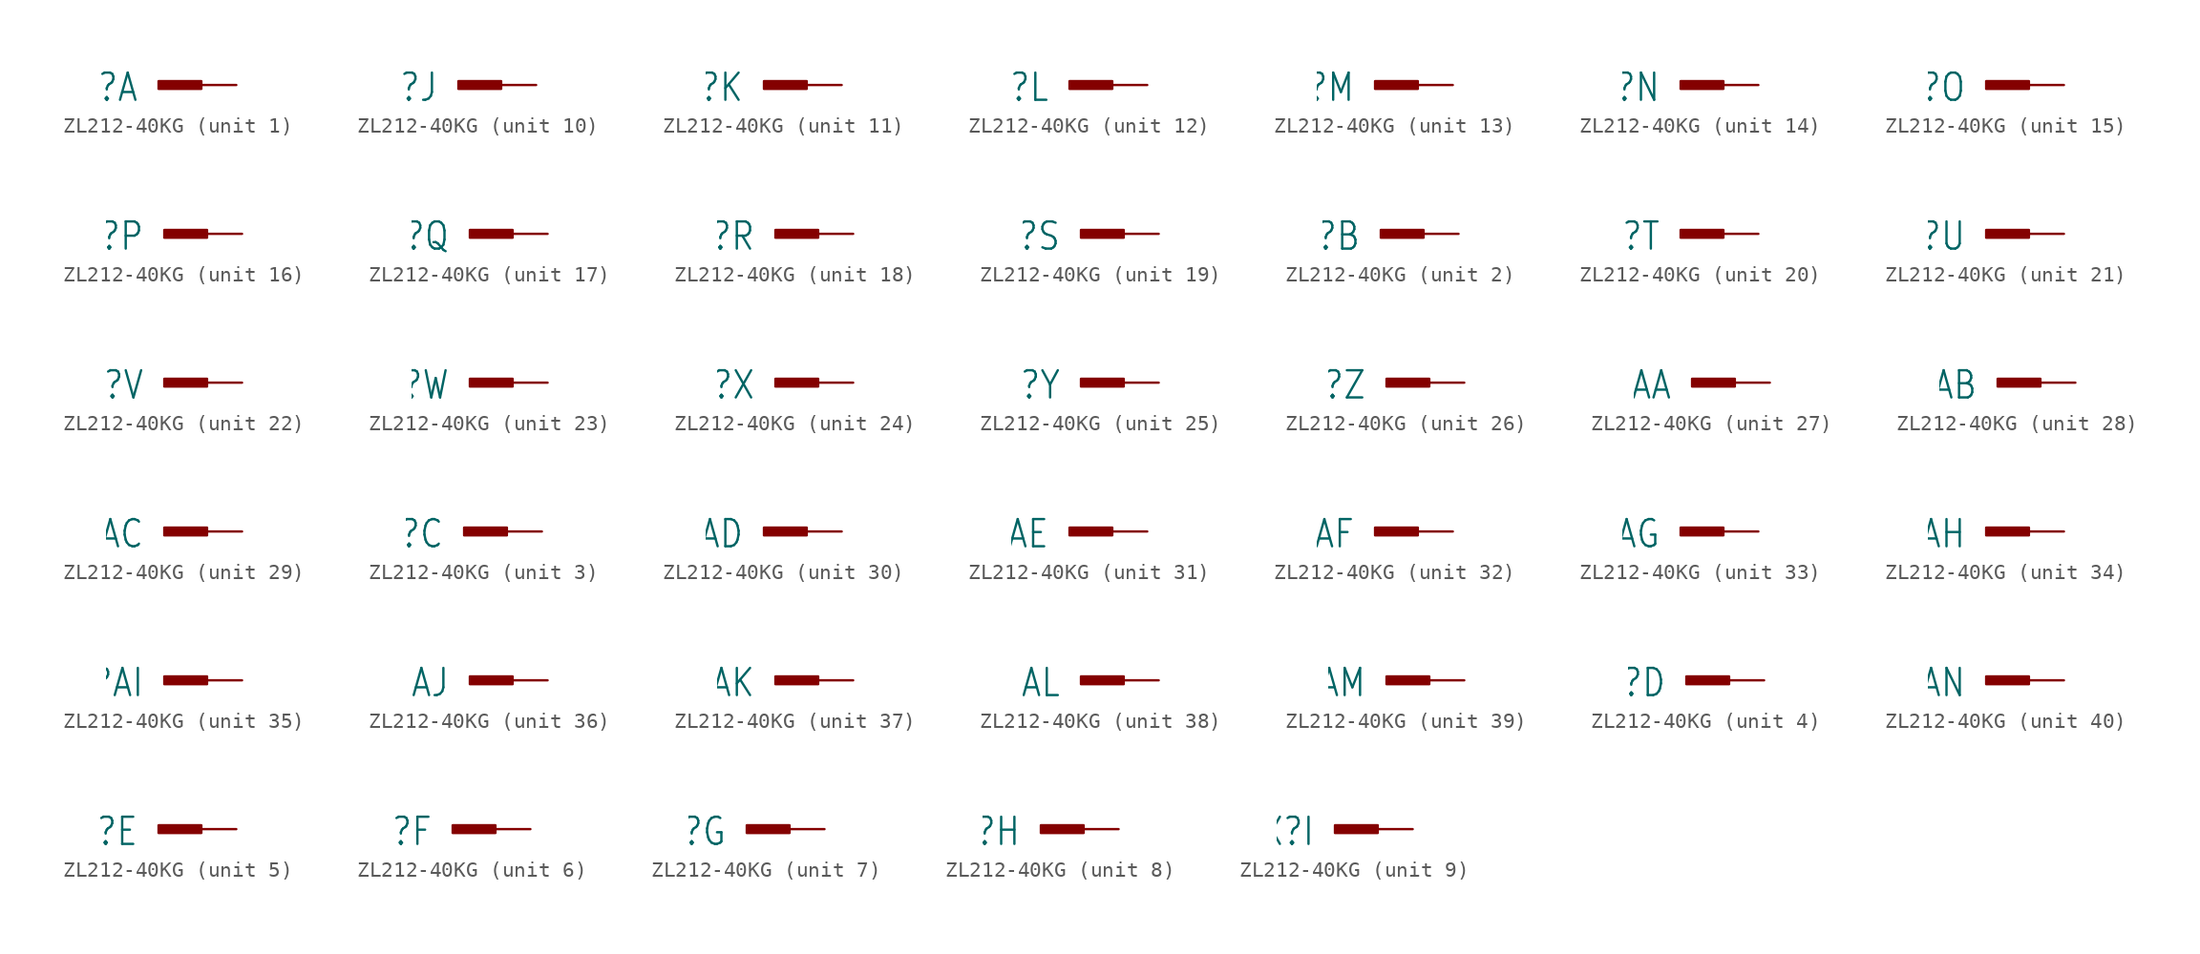
<source format=kicad_sym>
(kicad_symbol_lib
  (version 20211014)
  (generator kicad_symbol_editor)
  (symbol "ZL212-40KG"
    (property "Reference" "X"
      (at -6.35 0.889 0)
      (effects (font (size 1.778 1.511)) (justify right top)))
    (property "ki_locked" ""
      (at 0 0 0)
      (effects (font (size 1.27 1.27))))
    (symbol "ZL212-40KG_1_0"
      (rectangle (start -5.08 -0.254) (end -2.286 0.254) (stroke (width 0) (type default) (color 0 0 0 0)) (fill (type outline)))
      (pin passive line (at 0 0 180) (length 2.54) (name "1" (effects (font (size 0 0)))) (number "1" (effects (font (size 0 0))))))
    (symbol "ZL212-40KG_2_0"
      (rectangle (start -5.08 -0.254) (end -2.286 0.254) (stroke (width 0) (type default) (color 0 0 0 0)) (fill (type outline)))
      (pin passive line (at 0 0 180) (length 2.54) (name "1" (effects (font (size 0 0)))) (number "2" (effects (font (size 0 0))))))
    (symbol "ZL212-40KG_3_0"
      (rectangle (start -5.08 -0.254) (end -2.286 0.254) (stroke (width 0) (type default) (color 0 0 0 0)) (fill (type outline)))
      (pin passive line (at 0 0 180) (length 2.54) (name "1" (effects (font (size 0 0)))) (number "3" (effects (font (size 0 0))))))
    (symbol "ZL212-40KG_4_0"
      (rectangle (start -5.08 -0.254) (end -2.286 0.254) (stroke (width 0) (type default) (color 0 0 0 0)) (fill (type outline)))
      (pin passive line (at 0 0 180) (length 2.54) (name "1" (effects (font (size 0 0)))) (number "4" (effects (font (size 0 0))))))
    (symbol "ZL212-40KG_5_0"
      (rectangle (start -5.08 -0.254) (end -2.286 0.254) (stroke (width 0) (type default) (color 0 0 0 0)) (fill (type outline)))
      (pin passive line (at 0 0 180) (length 2.54) (name "1" (effects (font (size 0 0)))) (number "5" (effects (font (size 0 0))))))
    (symbol "ZL212-40KG_6_0"
      (rectangle (start -5.08 -0.254) (end -2.286 0.254) (stroke (width 0) (type default) (color 0 0 0 0)) (fill (type outline)))
      (pin passive line (at 0 0 180) (length 2.54) (name "1" (effects (font (size 0 0)))) (number "6" (effects (font (size 0 0))))))
    (symbol "ZL212-40KG_7_0"
      (rectangle (start -5.08 -0.254) (end -2.286 0.254) (stroke (width 0) (type default) (color 0 0 0 0)) (fill (type outline)))
      (pin passive line (at 0 0 180) (length 2.54) (name "1" (effects (font (size 0 0)))) (number "7" (effects (font (size 0 0))))))
    (symbol "ZL212-40KG_8_0"
      (rectangle (start -5.08 -0.254) (end -2.286 0.254) (stroke (width 0) (type default) (color 0 0 0 0)) (fill (type outline)))
      (pin passive line (at 0 0 180) (length 2.54) (name "1" (effects (font (size 0 0)))) (number "8" (effects (font (size 0 0))))))
    (symbol "ZL212-40KG_9_0"
      (rectangle (start -5.08 -0.254) (end -2.286 0.254) (stroke (width 0) (type default) (color 0 0 0 0)) (fill (type outline)))
      (pin passive line (at 0 0 180) (length 2.54) (name "1" (effects (font (size 0 0)))) (number "9" (effects (font (size 0 0))))))
    (symbol "ZL212-40KG_10_0"
      (rectangle (start -5.08 -0.254) (end -2.286 0.254) (stroke (width 0) (type default) (color 0 0 0 0)) (fill (type outline)))
      (pin passive line (at 0 0 180) (length 2.54) (name "1" (effects (font (size 0 0)))) (number "10" (effects (font (size 0 0))))))
    (symbol "ZL212-40KG_11_0"
      (rectangle (start -5.08 -0.254) (end -2.286 0.254) (stroke (width 0) (type default) (color 0 0 0 0)) (fill (type outline)))
      (pin passive line (at 0 0 180) (length 2.54) (name "1" (effects (font (size 0 0)))) (number "11" (effects (font (size 0 0))))))
    (symbol "ZL212-40KG_12_0"
      (rectangle (start -5.08 -0.254) (end -2.286 0.254) (stroke (width 0) (type default) (color 0 0 0 0)) (fill (type outline)))
      (pin passive line (at 0 0 180) (length 2.54) (name "1" (effects (font (size 0 0)))) (number "12" (effects (font (size 0 0))))))
    (symbol "ZL212-40KG_13_0"
      (rectangle (start -5.08 -0.254) (end -2.286 0.254) (stroke (width 0) (type default) (color 0 0 0 0)) (fill (type outline)))
      (pin passive line (at 0 0 180) (length 2.54) (name "1" (effects (font (size 0 0)))) (number "13" (effects (font (size 0 0))))))
    (symbol "ZL212-40KG_14_0"
      (rectangle (start -5.08 -0.254) (end -2.286 0.254) (stroke (width 0) (type default) (color 0 0 0 0)) (fill (type outline)))
      (pin passive line (at 0 0 180) (length 2.54) (name "1" (effects (font (size 0 0)))) (number "14" (effects (font (size 0 0))))))
    (symbol "ZL212-40KG_15_0"
      (rectangle (start -5.08 -0.254) (end -2.286 0.254) (stroke (width 0) (type default) (color 0 0 0 0)) (fill (type outline)))
      (pin passive line (at 0 0 180) (length 2.54) (name "1" (effects (font (size 0 0)))) (number "15" (effects (font (size 0 0))))))
    (symbol "ZL212-40KG_16_0"
      (rectangle (start -5.08 -0.254) (end -2.286 0.254) (stroke (width 0) (type default) (color 0 0 0 0)) (fill (type outline)))
      (pin passive line (at 0 0 180) (length 2.54) (name "1" (effects (font (size 0 0)))) (number "16" (effects (font (size 0 0))))))
    (symbol "ZL212-40KG_17_0"
      (rectangle (start -5.08 -0.254) (end -2.286 0.254) (stroke (width 0) (type default) (color 0 0 0 0)) (fill (type outline)))
      (pin passive line (at 0 0 180) (length 2.54) (name "1" (effects (font (size 0 0)))) (number "17" (effects (font (size 0 0))))))
    (symbol "ZL212-40KG_18_0"
      (rectangle (start -5.08 -0.254) (end -2.286 0.254) (stroke (width 0) (type default) (color 0 0 0 0)) (fill (type outline)))
      (pin passive line (at 0 0 180) (length 2.54) (name "1" (effects (font (size 0 0)))) (number "18" (effects (font (size 0 0))))))
    (symbol "ZL212-40KG_19_0"
      (rectangle (start -5.08 -0.254) (end -2.286 0.254) (stroke (width 0) (type default) (color 0 0 0 0)) (fill (type outline)))
      (pin passive line (at 0 0 180) (length 2.54) (name "1" (effects (font (size 0 0)))) (number "19" (effects (font (size 0 0))))))
    (symbol "ZL212-40KG_20_0"
      (rectangle (start -5.08 -0.254) (end -2.286 0.254) (stroke (width 0) (type default) (color 0 0 0 0)) (fill (type outline)))
      (pin passive line (at 0 0 180) (length 2.54) (name "1" (effects (font (size 0 0)))) (number "20" (effects (font (size 0 0))))))
    (symbol "ZL212-40KG_21_0"
      (rectangle (start -5.08 -0.254) (end -2.286 0.254) (stroke (width 0) (type default) (color 0 0 0 0)) (fill (type outline)))
      (pin passive line (at 0 0 180) (length 2.54) (name "1" (effects (font (size 0 0)))) (number "21" (effects (font (size 0 0))))))
    (symbol "ZL212-40KG_22_0"
      (rectangle (start -5.08 -0.254) (end -2.286 0.254) (stroke (width 0) (type default) (color 0 0 0 0)) (fill (type outline)))
      (pin passive line (at 0 0 180) (length 2.54) (name "1" (effects (font (size 0 0)))) (number "22" (effects (font (size 0 0))))))
    (symbol "ZL212-40KG_23_0"
      (rectangle (start -5.08 -0.254) (end -2.286 0.254) (stroke (width 0) (type default) (color 0 0 0 0)) (fill (type outline)))
      (pin passive line (at 0 0 180) (length 2.54) (name "1" (effects (font (size 0 0)))) (number "23" (effects (font (size 0 0))))))
    (symbol "ZL212-40KG_24_0"
      (rectangle (start -5.08 -0.254) (end -2.286 0.254) (stroke (width 0) (type default) (color 0 0 0 0)) (fill (type outline)))
      (pin passive line (at 0 0 180) (length 2.54) (name "1" (effects (font (size 0 0)))) (number "24" (effects (font (size 0 0))))))
    (symbol "ZL212-40KG_25_0"
      (rectangle (start -5.08 -0.254) (end -2.286 0.254) (stroke (width 0) (type default) (color 0 0 0 0)) (fill (type outline)))
      (pin passive line (at 0 0 180) (length 2.54) (name "1" (effects (font (size 0 0)))) (number "25" (effects (font (size 0 0))))))
    (symbol "ZL212-40KG_26_0"
      (rectangle (start -5.08 -0.254) (end -2.286 0.254) (stroke (width 0) (type default) (color 0 0 0 0)) (fill (type outline)))
      (pin passive line (at 0 0 180) (length 2.54) (name "1" (effects (font (size 0 0)))) (number "26" (effects (font (size 0 0))))))
    (symbol "ZL212-40KG_27_0"
      (rectangle (start -5.08 -0.254) (end -2.286 0.254) (stroke (width 0) (type default) (color 0 0 0 0)) (fill (type outline)))
      (pin passive line (at 0 0 180) (length 2.54) (name "1" (effects (font (size 0 0)))) (number "27" (effects (font (size 0 0))))))
    (symbol "ZL212-40KG_28_0"
      (rectangle (start -5.08 -0.254) (end -2.286 0.254) (stroke (width 0) (type default) (color 0 0 0 0)) (fill (type outline)))
      (pin passive line (at 0 0 180) (length 2.54) (name "1" (effects (font (size 0 0)))) (number "28" (effects (font (size 0 0))))))
    (symbol "ZL212-40KG_29_0"
      (rectangle (start -5.08 -0.254) (end -2.286 0.254) (stroke (width 0) (type default) (color 0 0 0 0)) (fill (type outline)))
      (pin passive line (at 0 0 180) (length 2.54) (name "1" (effects (font (size 0 0)))) (number "29" (effects (font (size 0 0))))))
    (symbol "ZL212-40KG_30_0"
      (rectangle (start -5.08 -0.254) (end -2.286 0.254) (stroke (width 0) (type default) (color 0 0 0 0)) (fill (type outline)))
      (pin passive line (at 0 0 180) (length 2.54) (name "1" (effects (font (size 0 0)))) (number "30" (effects (font (size 0 0))))))
    (symbol "ZL212-40KG_31_0"
      (rectangle (start -5.08 -0.254) (end -2.286 0.254) (stroke (width 0) (type default) (color 0 0 0 0)) (fill (type outline)))
      (pin passive line (at 0 0 180) (length 2.54) (name "1" (effects (font (size 0 0)))) (number "31" (effects (font (size 0 0))))))
    (symbol "ZL212-40KG_32_0"
      (rectangle (start -5.08 -0.254) (end -2.286 0.254) (stroke (width 0) (type default) (color 0 0 0 0)) (fill (type outline)))
      (pin passive line (at 0 0 180) (length 2.54) (name "1" (effects (font (size 0 0)))) (number "32" (effects (font (size 0 0))))))
    (symbol "ZL212-40KG_33_0"
      (rectangle (start -5.08 -0.254) (end -2.286 0.254) (stroke (width 0) (type default) (color 0 0 0 0)) (fill (type outline)))
      (pin passive line (at 0 0 180) (length 2.54) (name "1" (effects (font (size 0 0)))) (number "33" (effects (font (size 0 0))))))
    (symbol "ZL212-40KG_34_0"
      (rectangle (start -5.08 -0.254) (end -2.286 0.254) (stroke (width 0) (type default) (color 0 0 0 0)) (fill (type outline)))
      (pin passive line (at 0 0 180) (length 2.54) (name "1" (effects (font (size 0 0)))) (number "34" (effects (font (size 0 0))))))
    (symbol "ZL212-40KG_35_0"
      (rectangle (start -5.08 -0.254) (end -2.286 0.254) (stroke (width 0) (type default) (color 0 0 0 0)) (fill (type outline)))
      (pin passive line (at 0 0 180) (length 2.54) (name "1" (effects (font (size 0 0)))) (number "35" (effects (font (size 0 0))))))
    (symbol "ZL212-40KG_36_0"
      (rectangle (start -5.08 -0.254) (end -2.286 0.254) (stroke (width 0) (type default) (color 0 0 0 0)) (fill (type outline)))
      (pin passive line (at 0 0 180) (length 2.54) (name "1" (effects (font (size 0 0)))) (number "36" (effects (font (size 0 0))))))
    (symbol "ZL212-40KG_37_0"
      (rectangle (start -5.08 -0.254) (end -2.286 0.254) (stroke (width 0) (type default) (color 0 0 0 0)) (fill (type outline)))
      (pin passive line (at 0 0 180) (length 2.54) (name "1" (effects (font (size 0 0)))) (number "37" (effects (font (size 0 0))))))
    (symbol "ZL212-40KG_38_0"
      (rectangle (start -5.08 -0.254) (end -2.286 0.254) (stroke (width 0) (type default) (color 0 0 0 0)) (fill (type outline)))
      (pin passive line (at 0 0 180) (length 2.54) (name "1" (effects (font (size 0 0)))) (number "38" (effects (font (size 0 0))))))
    (symbol "ZL212-40KG_39_0"
      (rectangle (start -5.08 -0.254) (end -2.286 0.254) (stroke (width 0) (type default) (color 0 0 0 0)) (fill (type outline)))
      (pin passive line (at 0 0 180) (length 2.54) (name "1" (effects (font (size 0 0)))) (number "39" (effects (font (size 0 0))))))
    (symbol "ZL212-40KG_40_0"
      (rectangle (start -5.08 -0.254) (end -2.286 0.254) (stroke (width 0) (type default) (color 0 0 0 0)) (fill (type outline)))
      (pin passive line (at 0 0 180) (length 2.54) (name "1" (effects (font (size 0 0)))) (number "40" (effects (font (size 0 0))))))))
</source>
